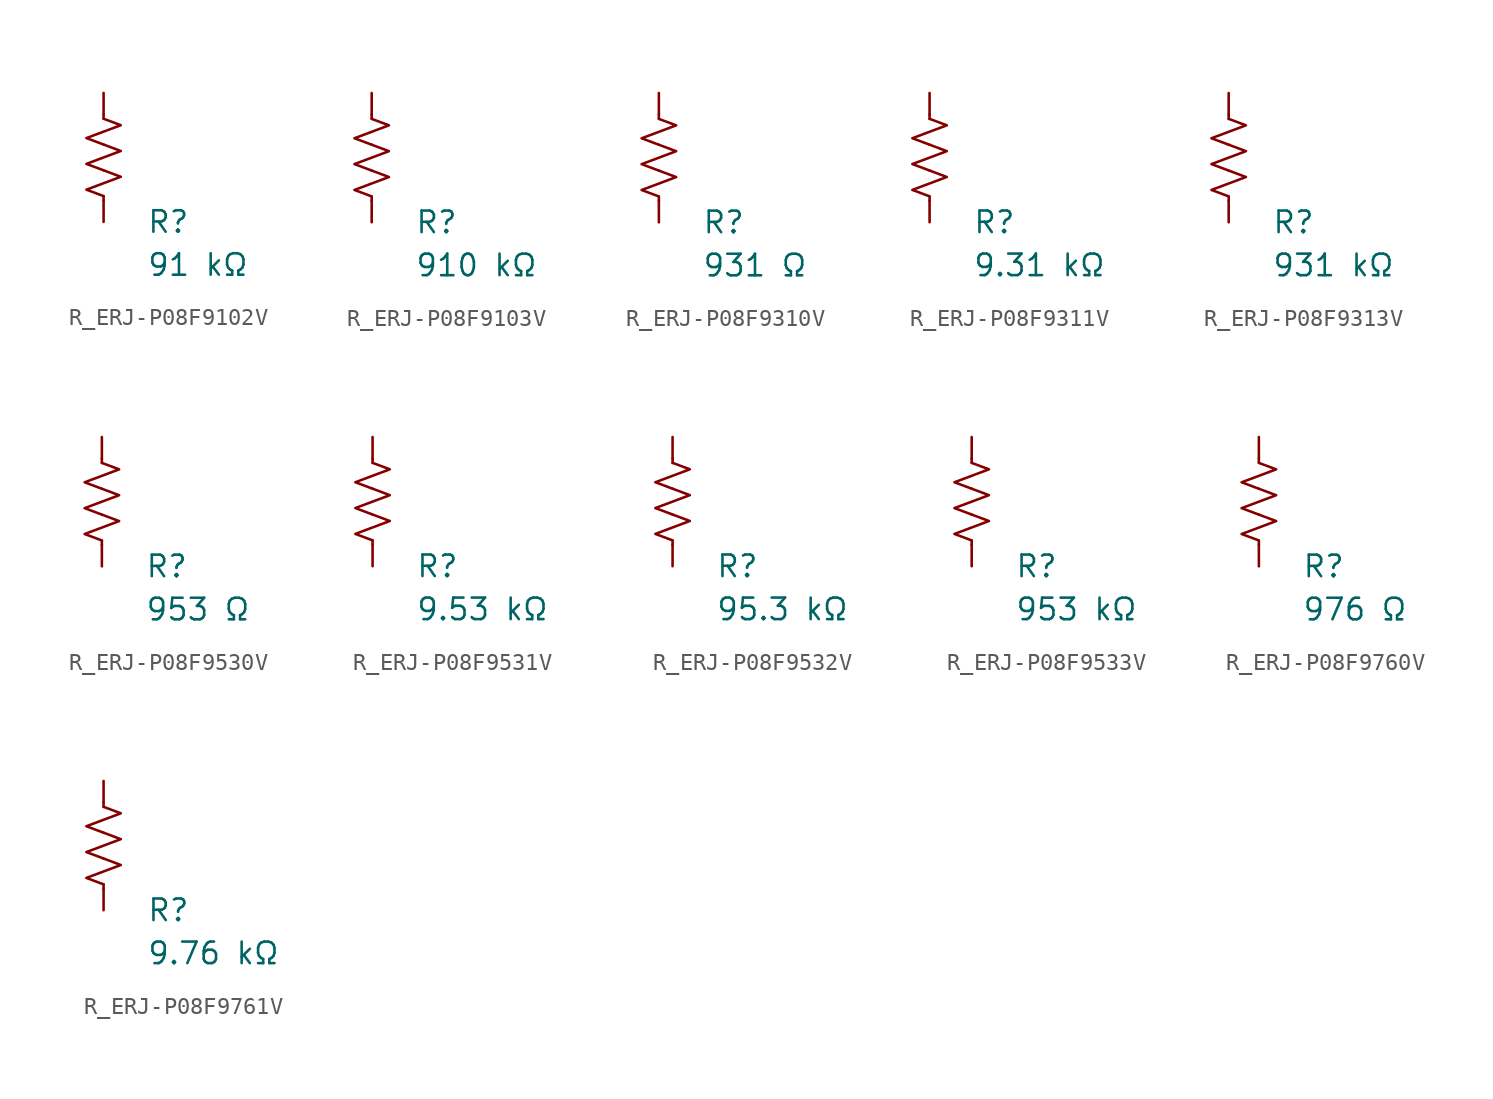
<source format=kicad_sym>
(kicad_symbol_lib
  (version 20231120)
  (generator "kicad_symbol_editor")
  (generator_version "8.0")
  (symbol "R_ERJ-P08F9102V"
    (pin_numbers hide)
    (pin_names
      (offset 0))
    (property "Reference" "R"
      (at 2.54 -3.81 0)
      (effects (font (size 1.27 1.27)) (justify left))
      (show_name no))
    (property "Value" "91 kΩ"
      (at 2.54 -6.35 0)
      (effects (font (size 1.27 1.27)) (justify left))
      (show_name no))
    (symbol "R_ERJ-P08F9102V_0_1"
      (polyline (pts (xy 0 -2.286) (xy 0 -2.54)) (stroke (width 0) (type default)) (fill (type none)))
      (polyline (pts (xy 0 2.286) (xy 0 2.54)) (stroke (width 0) (type default)) (fill (type none)))
      (polyline (pts (xy 0 -0.762) (xy 1.016 -1.143) (xy 0 -1.524) (xy -1.016 -1.905) (xy 0 -2.286)) (stroke (width 0) (type default)) (fill (type none)))
      (polyline (pts (xy 0 0.762) (xy 1.016 0.381) (xy 0 0) (xy -1.016 -0.381) (xy 0 -0.762)) (stroke (width 0) (type default)) (fill (type none)))
      (polyline (pts (xy 0 2.286) (xy 1.016 1.905) (xy 0 1.524) (xy -1.016 1.143) (xy 0 0.762)) (stroke (width 0) (type default)) (fill (type none))))
    (symbol "R_ERJ-P08F9102V_1_1"
      (pin passive line (at 0 3.81 270) (length 1.27) (name "~" (effects (font (size 1.27 1.27)))) (number "1" (effects (font (size 1.27 1.27)))))
      (pin passive line (at 0 -3.81 90) (length 1.27) (name "~" (effects (font (size 1.27 1.27)))) (number "2" (effects (font (size 1.27 1.27)))))))
  (symbol "R_ERJ-P08F9103V"
    (pin_numbers hide)
    (pin_names
      (offset 0))
    (property "Reference" "R"
      (at 2.54 -3.81 0)
      (effects (font (size 1.27 1.27)) (justify left))
      (show_name no))
    (property "Value" "910 kΩ"
      (at 2.54 -6.35 0)
      (effects (font (size 1.27 1.27)) (justify left))
      (show_name no))
    (symbol "R_ERJ-P08F9103V_0_1"
      (polyline (pts (xy 0 -2.286) (xy 0 -2.54)) (stroke (width 0) (type default)) (fill (type none)))
      (polyline (pts (xy 0 2.286) (xy 0 2.54)) (stroke (width 0) (type default)) (fill (type none)))
      (polyline (pts (xy 0 -0.762) (xy 1.016 -1.143) (xy 0 -1.524) (xy -1.016 -1.905) (xy 0 -2.286)) (stroke (width 0) (type default)) (fill (type none)))
      (polyline (pts (xy 0 0.762) (xy 1.016 0.381) (xy 0 0) (xy -1.016 -0.381) (xy 0 -0.762)) (stroke (width 0) (type default)) (fill (type none)))
      (polyline (pts (xy 0 2.286) (xy 1.016 1.905) (xy 0 1.524) (xy -1.016 1.143) (xy 0 0.762)) (stroke (width 0) (type default)) (fill (type none))))
    (symbol "R_ERJ-P08F9103V_1_1"
      (pin passive line (at 0 3.81 270) (length 1.27) (name "~" (effects (font (size 1.27 1.27)))) (number "1" (effects (font (size 1.27 1.27)))))
      (pin passive line (at 0 -3.81 90) (length 1.27) (name "~" (effects (font (size 1.27 1.27)))) (number "2" (effects (font (size 1.27 1.27)))))))
  (symbol "R_ERJ-P08F9310V"
    (pin_numbers hide)
    (pin_names
      (offset 0))
    (property "Reference" "R"
      (at 2.54 -3.81 0)
      (effects (font (size 1.27 1.27)) (justify left))
      (show_name no))
    (property "Value" "931 Ω"
      (at 2.54 -6.35 0)
      (effects (font (size 1.27 1.27)) (justify left))
      (show_name no))
    (symbol "R_ERJ-P08F9310V_0_1"
      (polyline (pts (xy 0 -2.286) (xy 0 -2.54)) (stroke (width 0) (type default)) (fill (type none)))
      (polyline (pts (xy 0 2.286) (xy 0 2.54)) (stroke (width 0) (type default)) (fill (type none)))
      (polyline (pts (xy 0 -0.762) (xy 1.016 -1.143) (xy 0 -1.524) (xy -1.016 -1.905) (xy 0 -2.286)) (stroke (width 0) (type default)) (fill (type none)))
      (polyline (pts (xy 0 0.762) (xy 1.016 0.381) (xy 0 0) (xy -1.016 -0.381) (xy 0 -0.762)) (stroke (width 0) (type default)) (fill (type none)))
      (polyline (pts (xy 0 2.286) (xy 1.016 1.905) (xy 0 1.524) (xy -1.016 1.143) (xy 0 0.762)) (stroke (width 0) (type default)) (fill (type none))))
    (symbol "R_ERJ-P08F9310V_1_1"
      (pin passive line (at 0 3.81 270) (length 1.27) (name "~" (effects (font (size 1.27 1.27)))) (number "1" (effects (font (size 1.27 1.27)))))
      (pin passive line (at 0 -3.81 90) (length 1.27) (name "~" (effects (font (size 1.27 1.27)))) (number "2" (effects (font (size 1.27 1.27)))))))
  (symbol "R_ERJ-P08F9311V"
    (pin_numbers hide)
    (pin_names
      (offset 0))
    (property "Reference" "R"
      (at 2.54 -3.81 0)
      (effects (font (size 1.27 1.27)) (justify left))
      (show_name no))
    (property "Value" "9.31 kΩ"
      (at 2.54 -6.35 0)
      (effects (font (size 1.27 1.27)) (justify left))
      (show_name no))
    (symbol "R_ERJ-P08F9311V_0_1"
      (polyline (pts (xy 0 -2.286) (xy 0 -2.54)) (stroke (width 0) (type default)) (fill (type none)))
      (polyline (pts (xy 0 2.286) (xy 0 2.54)) (stroke (width 0) (type default)) (fill (type none)))
      (polyline (pts (xy 0 -0.762) (xy 1.016 -1.143) (xy 0 -1.524) (xy -1.016 -1.905) (xy 0 -2.286)) (stroke (width 0) (type default)) (fill (type none)))
      (polyline (pts (xy 0 0.762) (xy 1.016 0.381) (xy 0 0) (xy -1.016 -0.381) (xy 0 -0.762)) (stroke (width 0) (type default)) (fill (type none)))
      (polyline (pts (xy 0 2.286) (xy 1.016 1.905) (xy 0 1.524) (xy -1.016 1.143) (xy 0 0.762)) (stroke (width 0) (type default)) (fill (type none))))
    (symbol "R_ERJ-P08F9311V_1_1"
      (pin passive line (at 0 3.81 270) (length 1.27) (name "~" (effects (font (size 1.27 1.27)))) (number "1" (effects (font (size 1.27 1.27)))))
      (pin passive line (at 0 -3.81 90) (length 1.27) (name "~" (effects (font (size 1.27 1.27)))) (number "2" (effects (font (size 1.27 1.27)))))))
  (symbol "R_ERJ-P08F9313V"
    (pin_numbers hide)
    (pin_names
      (offset 0))
    (property "Reference" "R"
      (at 2.54 -3.81 0)
      (effects (font (size 1.27 1.27)) (justify left))
      (show_name no))
    (property "Value" "931 kΩ"
      (at 2.54 -6.35 0)
      (effects (font (size 1.27 1.27)) (justify left))
      (show_name no))
    (symbol "R_ERJ-P08F9313V_0_1"
      (polyline (pts (xy 0 -2.286) (xy 0 -2.54)) (stroke (width 0) (type default)) (fill (type none)))
      (polyline (pts (xy 0 2.286) (xy 0 2.54)) (stroke (width 0) (type default)) (fill (type none)))
      (polyline (pts (xy 0 -0.762) (xy 1.016 -1.143) (xy 0 -1.524) (xy -1.016 -1.905) (xy 0 -2.286)) (stroke (width 0) (type default)) (fill (type none)))
      (polyline (pts (xy 0 0.762) (xy 1.016 0.381) (xy 0 0) (xy -1.016 -0.381) (xy 0 -0.762)) (stroke (width 0) (type default)) (fill (type none)))
      (polyline (pts (xy 0 2.286) (xy 1.016 1.905) (xy 0 1.524) (xy -1.016 1.143) (xy 0 0.762)) (stroke (width 0) (type default)) (fill (type none))))
    (symbol "R_ERJ-P08F9313V_1_1"
      (pin passive line (at 0 3.81 270) (length 1.27) (name "~" (effects (font (size 1.27 1.27)))) (number "1" (effects (font (size 1.27 1.27)))))
      (pin passive line (at 0 -3.81 90) (length 1.27) (name "~" (effects (font (size 1.27 1.27)))) (number "2" (effects (font (size 1.27 1.27)))))))
  (symbol "R_ERJ-P08F9530V"
    (pin_numbers hide)
    (pin_names
      (offset 0))
    (property "Reference" "R"
      (at 2.54 -3.81 0)
      (effects (font (size 1.27 1.27)) (justify left))
      (show_name no))
    (property "Value" "953 Ω"
      (at 2.54 -6.35 0)
      (effects (font (size 1.27 1.27)) (justify left))
      (show_name no))
    (symbol "R_ERJ-P08F9530V_0_1"
      (polyline (pts (xy 0 -2.286) (xy 0 -2.54)) (stroke (width 0) (type default)) (fill (type none)))
      (polyline (pts (xy 0 2.286) (xy 0 2.54)) (stroke (width 0) (type default)) (fill (type none)))
      (polyline (pts (xy 0 -0.762) (xy 1.016 -1.143) (xy 0 -1.524) (xy -1.016 -1.905) (xy 0 -2.286)) (stroke (width 0) (type default)) (fill (type none)))
      (polyline (pts (xy 0 0.762) (xy 1.016 0.381) (xy 0 0) (xy -1.016 -0.381) (xy 0 -0.762)) (stroke (width 0) (type default)) (fill (type none)))
      (polyline (pts (xy 0 2.286) (xy 1.016 1.905) (xy 0 1.524) (xy -1.016 1.143) (xy 0 0.762)) (stroke (width 0) (type default)) (fill (type none))))
    (symbol "R_ERJ-P08F9530V_1_1"
      (pin passive line (at 0 3.81 270) (length 1.27) (name "~" (effects (font (size 1.27 1.27)))) (number "1" (effects (font (size 1.27 1.27)))))
      (pin passive line (at 0 -3.81 90) (length 1.27) (name "~" (effects (font (size 1.27 1.27)))) (number "2" (effects (font (size 1.27 1.27)))))))
  (symbol "R_ERJ-P08F9531V"
    (pin_numbers hide)
    (pin_names
      (offset 0))
    (property "Reference" "R"
      (at 2.54 -3.81 0)
      (effects (font (size 1.27 1.27)) (justify left))
      (show_name no))
    (property "Value" "9.53 kΩ"
      (at 2.54 -6.35 0)
      (effects (font (size 1.27 1.27)) (justify left))
      (show_name no))
    (symbol "R_ERJ-P08F9531V_0_1"
      (polyline (pts (xy 0 -2.286) (xy 0 -2.54)) (stroke (width 0) (type default)) (fill (type none)))
      (polyline (pts (xy 0 2.286) (xy 0 2.54)) (stroke (width 0) (type default)) (fill (type none)))
      (polyline (pts (xy 0 -0.762) (xy 1.016 -1.143) (xy 0 -1.524) (xy -1.016 -1.905) (xy 0 -2.286)) (stroke (width 0) (type default)) (fill (type none)))
      (polyline (pts (xy 0 0.762) (xy 1.016 0.381) (xy 0 0) (xy -1.016 -0.381) (xy 0 -0.762)) (stroke (width 0) (type default)) (fill (type none)))
      (polyline (pts (xy 0 2.286) (xy 1.016 1.905) (xy 0 1.524) (xy -1.016 1.143) (xy 0 0.762)) (stroke (width 0) (type default)) (fill (type none))))
    (symbol "R_ERJ-P08F9531V_1_1"
      (pin passive line (at 0 3.81 270) (length 1.27) (name "~" (effects (font (size 1.27 1.27)))) (number "1" (effects (font (size 1.27 1.27)))))
      (pin passive line (at 0 -3.81 90) (length 1.27) (name "~" (effects (font (size 1.27 1.27)))) (number "2" (effects (font (size 1.27 1.27)))))))
  (symbol "R_ERJ-P08F9532V"
    (pin_numbers hide)
    (pin_names
      (offset 0))
    (property "Reference" "R"
      (at 2.54 -3.81 0)
      (effects (font (size 1.27 1.27)) (justify left))
      (show_name no))
    (property "Value" "95.3 kΩ"
      (at 2.54 -6.35 0)
      (effects (font (size 1.27 1.27)) (justify left))
      (show_name no))
    (symbol "R_ERJ-P08F9532V_0_1"
      (polyline (pts (xy 0 -2.286) (xy 0 -2.54)) (stroke (width 0) (type default)) (fill (type none)))
      (polyline (pts (xy 0 2.286) (xy 0 2.54)) (stroke (width 0) (type default)) (fill (type none)))
      (polyline (pts (xy 0 -0.762) (xy 1.016 -1.143) (xy 0 -1.524) (xy -1.016 -1.905) (xy 0 -2.286)) (stroke (width 0) (type default)) (fill (type none)))
      (polyline (pts (xy 0 0.762) (xy 1.016 0.381) (xy 0 0) (xy -1.016 -0.381) (xy 0 -0.762)) (stroke (width 0) (type default)) (fill (type none)))
      (polyline (pts (xy 0 2.286) (xy 1.016 1.905) (xy 0 1.524) (xy -1.016 1.143) (xy 0 0.762)) (stroke (width 0) (type default)) (fill (type none))))
    (symbol "R_ERJ-P08F9532V_1_1"
      (pin passive line (at 0 3.81 270) (length 1.27) (name "~" (effects (font (size 1.27 1.27)))) (number "1" (effects (font (size 1.27 1.27)))))
      (pin passive line (at 0 -3.81 90) (length 1.27) (name "~" (effects (font (size 1.27 1.27)))) (number "2" (effects (font (size 1.27 1.27)))))))
  (symbol "R_ERJ-P08F9533V"
    (pin_numbers hide)
    (pin_names
      (offset 0))
    (property "Reference" "R"
      (at 2.54 -3.81 0)
      (effects (font (size 1.27 1.27)) (justify left))
      (show_name no))
    (property "Value" "953 kΩ"
      (at 2.54 -6.35 0)
      (effects (font (size 1.27 1.27)) (justify left))
      (show_name no))
    (symbol "R_ERJ-P08F9533V_0_1"
      (polyline (pts (xy 0 -2.286) (xy 0 -2.54)) (stroke (width 0) (type default)) (fill (type none)))
      (polyline (pts (xy 0 2.286) (xy 0 2.54)) (stroke (width 0) (type default)) (fill (type none)))
      (polyline (pts (xy 0 -0.762) (xy 1.016 -1.143) (xy 0 -1.524) (xy -1.016 -1.905) (xy 0 -2.286)) (stroke (width 0) (type default)) (fill (type none)))
      (polyline (pts (xy 0 0.762) (xy 1.016 0.381) (xy 0 0) (xy -1.016 -0.381) (xy 0 -0.762)) (stroke (width 0) (type default)) (fill (type none)))
      (polyline (pts (xy 0 2.286) (xy 1.016 1.905) (xy 0 1.524) (xy -1.016 1.143) (xy 0 0.762)) (stroke (width 0) (type default)) (fill (type none))))
    (symbol "R_ERJ-P08F9533V_1_1"
      (pin passive line (at 0 3.81 270) (length 1.27) (name "~" (effects (font (size 1.27 1.27)))) (number "1" (effects (font (size 1.27 1.27)))))
      (pin passive line (at 0 -3.81 90) (length 1.27) (name "~" (effects (font (size 1.27 1.27)))) (number "2" (effects (font (size 1.27 1.27)))))))
  (symbol "R_ERJ-P08F9760V"
    (pin_numbers hide)
    (pin_names
      (offset 0))
    (property "Reference" "R"
      (at 2.54 -3.81 0)
      (effects (font (size 1.27 1.27)) (justify left))
      (show_name no))
    (property "Value" "976 Ω"
      (at 2.54 -6.35 0)
      (effects (font (size 1.27 1.27)) (justify left))
      (show_name no))
    (symbol "R_ERJ-P08F9760V_0_1"
      (polyline (pts (xy 0 -2.286) (xy 0 -2.54)) (stroke (width 0) (type default)) (fill (type none)))
      (polyline (pts (xy 0 2.286) (xy 0 2.54)) (stroke (width 0) (type default)) (fill (type none)))
      (polyline (pts (xy 0 -0.762) (xy 1.016 -1.143) (xy 0 -1.524) (xy -1.016 -1.905) (xy 0 -2.286)) (stroke (width 0) (type default)) (fill (type none)))
      (polyline (pts (xy 0 0.762) (xy 1.016 0.381) (xy 0 0) (xy -1.016 -0.381) (xy 0 -0.762)) (stroke (width 0) (type default)) (fill (type none)))
      (polyline (pts (xy 0 2.286) (xy 1.016 1.905) (xy 0 1.524) (xy -1.016 1.143) (xy 0 0.762)) (stroke (width 0) (type default)) (fill (type none))))
    (symbol "R_ERJ-P08F9760V_1_1"
      (pin passive line (at 0 3.81 270) (length 1.27) (name "~" (effects (font (size 1.27 1.27)))) (number "1" (effects (font (size 1.27 1.27)))))
      (pin passive line (at 0 -3.81 90) (length 1.27) (name "~" (effects (font (size 1.27 1.27)))) (number "2" (effects (font (size 1.27 1.27)))))))
  (symbol "R_ERJ-P08F9761V"
    (pin_numbers hide)
    (pin_names
      (offset 0))
    (property "Reference" "R"
      (at 2.54 -3.81 0)
      (effects (font (size 1.27 1.27)) (justify left))
      (show_name no))
    (property "Value" "9.76 kΩ"
      (at 2.54 -6.35 0)
      (effects (font (size 1.27 1.27)) (justify left))
      (show_name no))
    (symbol "R_ERJ-P08F9761V_0_1"
      (polyline (pts (xy 0 -2.286) (xy 0 -2.54)) (stroke (width 0) (type default)) (fill (type none)))
      (polyline (pts (xy 0 2.286) (xy 0 2.54)) (stroke (width 0) (type default)) (fill (type none)))
      (polyline (pts (xy 0 -0.762) (xy 1.016 -1.143) (xy 0 -1.524) (xy -1.016 -1.905) (xy 0 -2.286)) (stroke (width 0) (type default)) (fill (type none)))
      (polyline (pts (xy 0 0.762) (xy 1.016 0.381) (xy 0 0) (xy -1.016 -0.381) (xy 0 -0.762)) (stroke (width 0) (type default)) (fill (type none)))
      (polyline (pts (xy 0 2.286) (xy 1.016 1.905) (xy 0 1.524) (xy -1.016 1.143) (xy 0 0.762)) (stroke (width 0) (type default)) (fill (type none))))
    (symbol "R_ERJ-P08F9761V_1_1"
      (pin passive line (at 0 3.81 270) (length 1.27) (name "~" (effects (font (size 1.27 1.27)))) (number "1" (effects (font (size 1.27 1.27)))))
      (pin passive line (at 0 -3.81 90) (length 1.27) (name "~" (effects (font (size 1.27 1.27)))) (number "2" (effects (font (size 1.27 1.27))))))))
</source>
